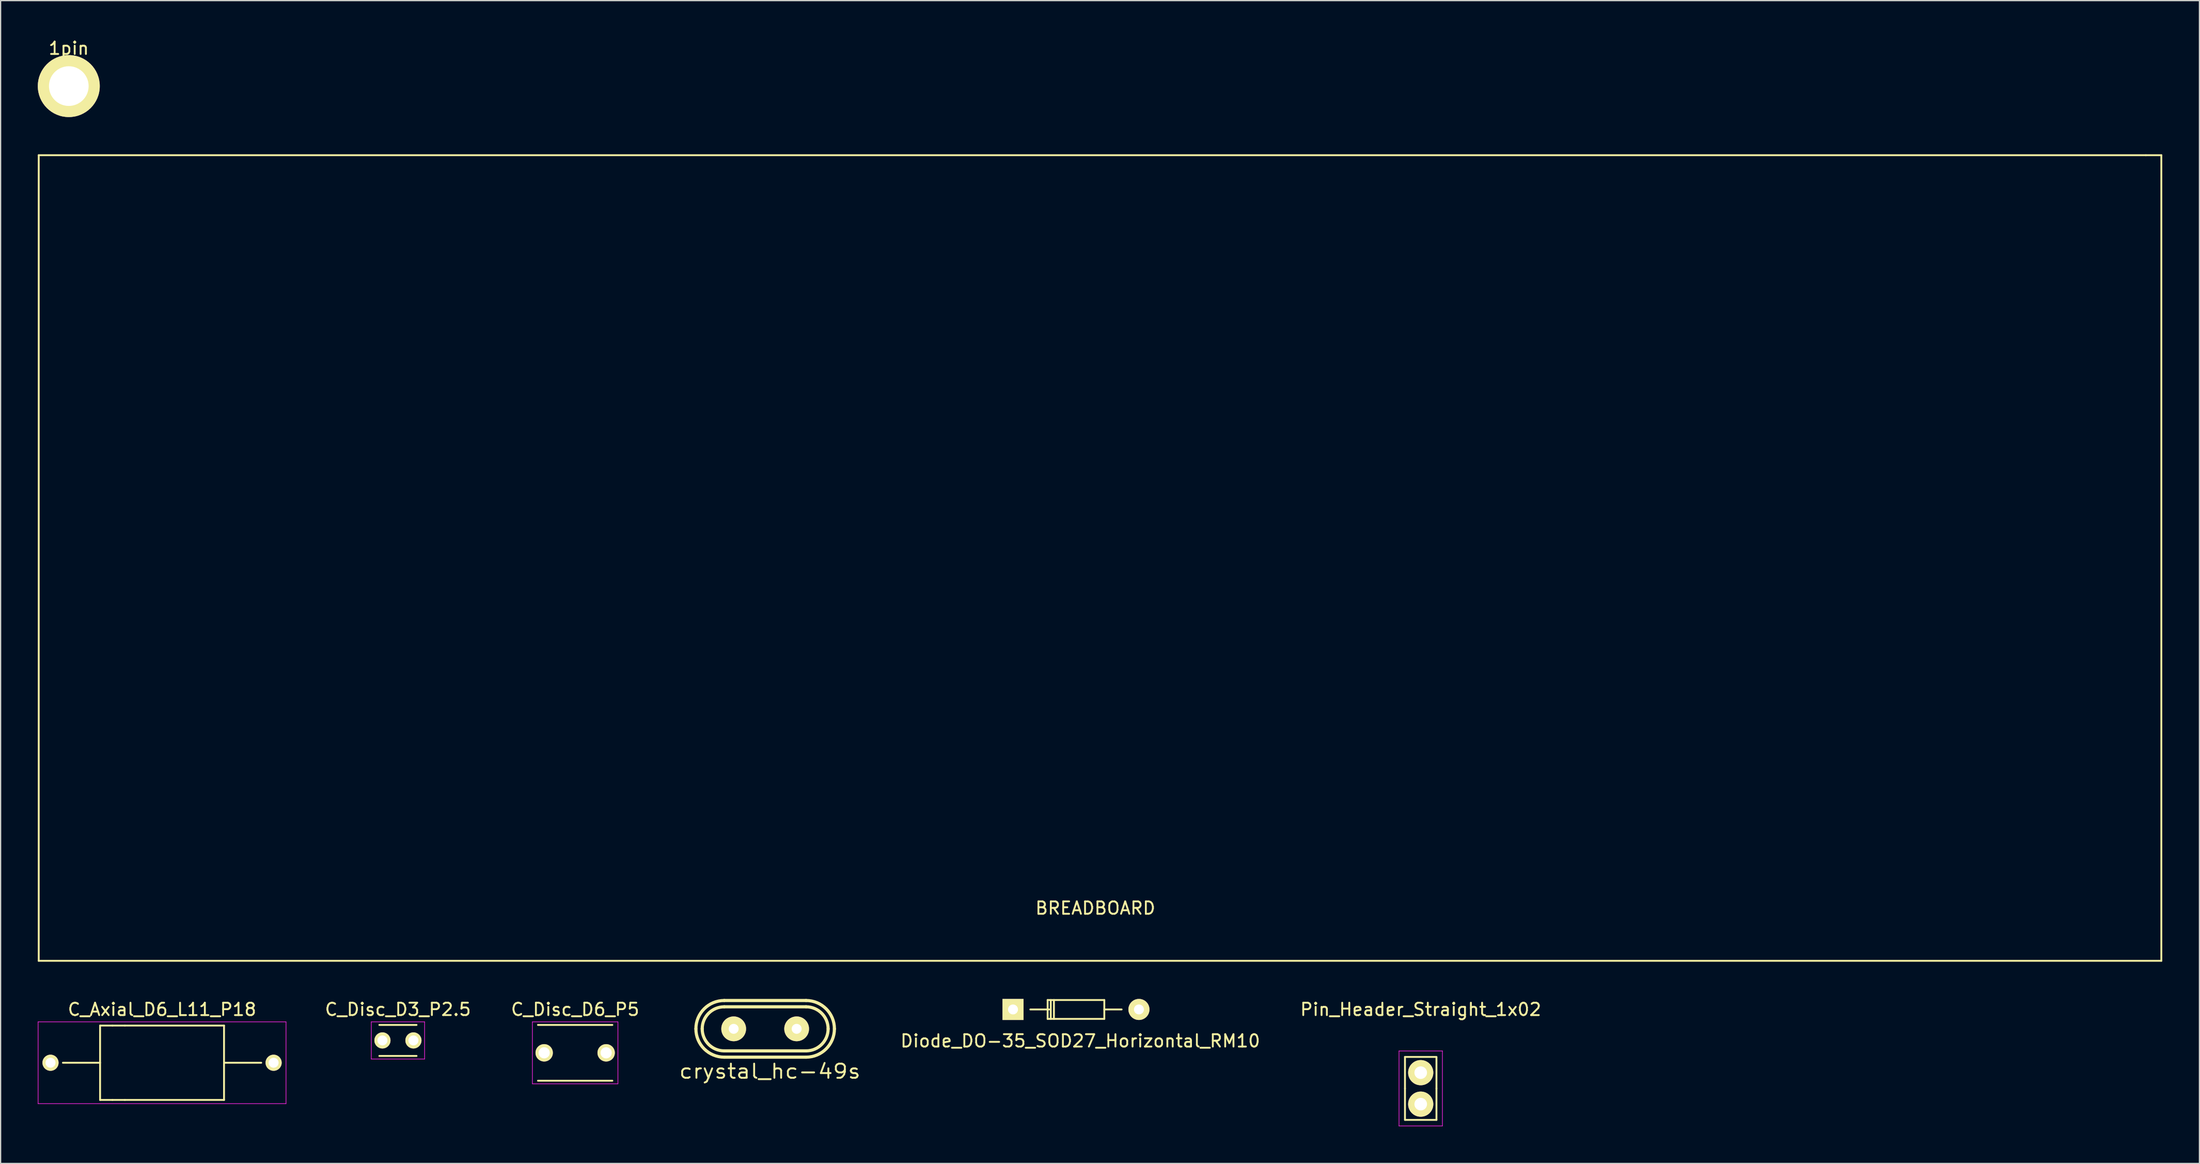
<source format=kicad_pcb>
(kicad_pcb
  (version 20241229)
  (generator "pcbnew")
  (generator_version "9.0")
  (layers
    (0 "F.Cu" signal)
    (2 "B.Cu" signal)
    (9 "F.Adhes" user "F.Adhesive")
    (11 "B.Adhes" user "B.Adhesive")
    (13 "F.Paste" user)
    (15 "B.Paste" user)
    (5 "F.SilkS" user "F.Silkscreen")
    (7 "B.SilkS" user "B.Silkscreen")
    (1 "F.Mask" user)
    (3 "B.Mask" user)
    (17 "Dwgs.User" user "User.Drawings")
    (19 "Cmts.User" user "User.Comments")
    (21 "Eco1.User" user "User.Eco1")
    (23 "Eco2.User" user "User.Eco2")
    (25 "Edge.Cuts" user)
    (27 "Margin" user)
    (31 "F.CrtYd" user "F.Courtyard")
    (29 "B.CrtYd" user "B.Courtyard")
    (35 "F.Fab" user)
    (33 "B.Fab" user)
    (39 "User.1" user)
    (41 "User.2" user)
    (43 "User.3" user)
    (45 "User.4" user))
  (footprint "Pin_Header_Straight_1x02"
    (layer "F.Cu")
    (at 111.573 83.495)
    (property "Reference" "Pin_Header_Straight_1x02" (at 0 -5.1 0) (layer "F.SilkS") (effects (font (size 1 1) (thickness 0.15))))
    (attr through_hole)
    (fp_line (start -1.27 1.27) (end -1.27 -1.27) (stroke (width 0.15) (type solid)) (layer "F.SilkS"))
    (fp_line (start -1.27 1.27) (end -1.27 3.81) (stroke (width 0.15) (type solid)) (layer "F.SilkS"))
    (fp_line (start -1.27 3.81) (end 1.27 3.81) (stroke (width 0.15) (type solid)) (layer "F.SilkS"))
    (fp_line (start 1.27 -1.27) (end -1.27 -1.27) (stroke (width 0.15) (type solid)) (layer "F.SilkS"))
    (fp_line (start 1.27 1.27) (end 1.27 -1.245) (stroke (width 0.15) (type solid)) (layer "F.SilkS"))
    (fp_line (start 1.27 1.27) (end 1.27 3.81) (stroke (width 0.15) (type solid)) (layer "F.SilkS"))
    (fp_line (start -1.75 -1.75) (end -1.75 4.3) (stroke (width 0.05) (type solid)) (layer "F.CrtYd"))
    (fp_line (start -1.75 -1.75) (end 1.75 -1.75) (stroke (width 0.05) (type solid)) (layer "F.CrtYd"))
    (fp_line (start -1.75 4.3) (end 1.75 4.3) (stroke (width 0.05) (type solid)) (layer "F.CrtYd"))
    (fp_line (start 1.75 -1.75) (end 1.75 4.3) (stroke (width 0.05) (type solid)) (layer "F.CrtYd"))
    (pad "1" thru_hole oval (at 0 0) (size 2.032 2.032) (drill 1.016) (layers "*.Cu" "*.Mask" "F.SilkS"))
    (pad "2" thru_hole oval (at 0 2.54) (size 2.032 2.032) (drill 1.016) (layers "*.Cu" "*.Mask" "F.SilkS")))
  (footprint "C_Disc_D6_P5"
    (layer "F.Cu")
    (at 40.854 81.894)
    (property "Reference" "C_Disc_D6_P5" (at 2.5 -3.5 0) (layer "F.SilkS") (effects (font (size 1 1) (thickness 0.15))))
    (attr through_hole)
    (fp_line (start -0.5 -2.25) (end 5.5 -2.25) (stroke (width 0.15) (type solid)) (layer "F.SilkS"))
    (fp_line (start 5.5 2.25) (end -0.5 2.25) (stroke (width 0.15) (type solid)) (layer "F.SilkS"))
    (fp_line (start -0.95 -2.5) (end 5.95 -2.5) (stroke (width 0.05) (type solid)) (layer "F.CrtYd"))
    (fp_line (start -0.95 2.5) (end -0.95 -2.5) (stroke (width 0.05) (type solid)) (layer "F.CrtYd"))
    (fp_line (start 5.95 -2.5) (end 5.95 2.5) (stroke (width 0.05) (type solid)) (layer "F.CrtYd"))
    (fp_line (start 5.95 2.5) (end -0.95 2.5) (stroke (width 0.05) (type solid)) (layer "F.CrtYd"))
    (pad "1" thru_hole oval (at 0 0) (size 1.4 1.4) (drill 0.9) (layers "*.Cu" "*.Mask" "F.SilkS"))
    (pad "2" thru_hole circle (at 5 0) (size 1.4 1.4) (drill 0.9) (layers "*.Cu" "*.Mask" "F.SilkS")))
  (footprint "C_Disc_D3_P2.5"
    (layer "F.Cu")
    (at 27.806 80.894)
    (property "Reference" "C_Disc_D3_P2.5" (at 1.25 -2.5 0) (layer "F.SilkS") (effects (font (size 1 1) (thickness 0.15))))
    (attr through_hole)
    (fp_line (start -0.25 -1.25) (end 2.75 -1.25) (stroke (width 0.15) (type solid)) (layer "F.SilkS"))
    (fp_line (start 2.75 1.25) (end -0.25 1.25) (stroke (width 0.15) (type solid)) (layer "F.SilkS"))
    (fp_line (start -0.9 -1.5) (end 3.4 -1.5) (stroke (width 0.05) (type solid)) (layer "F.CrtYd"))
    (fp_line (start -0.9 1.5) (end -0.9 -1.5) (stroke (width 0.05) (type solid)) (layer "F.CrtYd"))
    (fp_line (start 3.4 -1.5) (end 3.4 1.5) (stroke (width 0.05) (type solid)) (layer "F.CrtYd"))
    (fp_line (start 3.4 1.5) (end -0.9 1.5) (stroke (width 0.05) (type solid)) (layer "F.CrtYd"))
    (pad "1" thru_hole oval (at 0 0) (size 1.3 1.3) (drill 0.8) (layers "*.Cu" "*.Mask" "F.SilkS"))
    (pad "2" thru_hole circle (at 2.5 0) (size 1.3 1.3) (drill 0.8) (layers "*.Cu" "*.Mask" "F.SilkS")))
  (footprint "1pin"
    (layer "F.Cu")
    (at 2.5 3.896)
    (property "Reference" "1pin" (at 0 -3.048 0) (layer "F.SilkS") (effects (font (size 1 1) (thickness 0.15))))
    (attr through_hole)
    (fp_circle (center 0 0) (end 0 -2.286) (stroke (width 0.15) (type solid)) (fill no) (layer "F.SilkS"))
    (pad "1" thru_hole circle (at 0 0) (size 5 5) (drill 3.2) (layers "*.Cu" "*.Mask" "F.SilkS")))
  (footprint "Diode_DO-35_SOD27_Horizontal_RM10"
    (layer "F.Cu")
    (at 78.678 78.398)
    (property "Reference" "Diode_DO-35_SOD27_Horizontal_RM10" (at 5.431 2.537 0) (layer "F.SilkS") (effects (font (size 1 1) (thickness 0.15))))
    (attr through_hole)
    (fp_line (start 2.795 -0.765) (end 2.795 -0.003) (stroke (width 0.15) (type solid)) (layer "F.SilkS"))
    (fp_line (start 2.795 -0.003) (end 2.795 0.759) (stroke (width 0.15) (type solid)) (layer "F.SilkS"))
    (fp_line (start 2.795 0.759) (end 7.367 0.759) (stroke (width 0.15) (type solid)) (layer "F.SilkS"))
    (fp_line (start 2.922 -0.003) (end 1.398 -0.003) (stroke (width 0.15) (type solid)) (layer "F.SilkS"))
    (fp_line (start 3.049 -0.765) (end 3.049 0.759) (stroke (width 0.15) (type solid)) (layer "F.SilkS"))
    (fp_line (start 3.303 -0.765) (end 3.303 0.759) (stroke (width 0.15) (type solid)) (layer "F.SilkS"))
    (fp_line (start 7.367 -0.765) (end 2.795 -0.765) (stroke (width 0.15) (type solid)) (layer "F.SilkS"))
    (fp_line (start 7.367 -0.003) (end 8.764 -0.003) (stroke (width 0.15) (type solid)) (layer "F.SilkS"))
    (fp_line (start 7.367 0.759) (end 7.367 -0.765) (stroke (width 0.15) (type solid)) (layer "F.SilkS"))
    (pad "1" thru_hole rect (at 0.001 -0.003 180) (size 1.699 1.699) (drill 0.801) (layers "*.Cu" "*.Mask" "F.SilkS"))
    (pad "2" thru_hole circle (at 10.161 -0.003 180) (size 1.699 1.699) (drill 0.801) (layers "*.Cu" "*.Mask" "F.SilkS")))
  (footprint "crystal_hc-49s"
    (layer "F.Cu")
    (at 58.683 79.959)
    (property "Reference" "crystal_hc-49s" (at 0.381 3.429 0) (layer "F.SilkS") (effects (font (size 1.143 1.27) (thickness 0.152))))
    (attr through_hole)
    (fp_line (start -3.302 -2.286) (end 3.302 -2.286) (stroke (width 0.254) (type solid)) (layer "F.SilkS"))
    (fp_line (start -3.302 1.778) (end 3.302 1.778) (stroke (width 0.254) (type solid)) (layer "F.SilkS"))
    (fp_line (start 3.302 -1.778) (end -3.302 -1.778) (stroke (width 0.254) (type solid)) (layer "F.SilkS"))
    (fp_line (start 3.302 2.286) (end -3.302 2.286) (stroke (width 0.254) (type solid)) (layer "F.SilkS"))
    (fp_arc (start -5.588 0) (mid -4.918446 -1.616446) (end -3.302 -2.286) (stroke (width 0.254) (type solid)) (layer "F.SilkS"))
    (fp_arc (start -5.08 0) (mid -4.559236 -1.257236) (end -3.302 -1.778) (stroke (width 0.254) (type solid)) (layer "F.SilkS"))
    (fp_arc (start -3.302 1.778) (mid -4.559236 1.257236) (end -5.08 0) (stroke (width 0.254) (type solid)) (layer "F.SilkS"))
    (fp_arc (start -3.302 2.286) (mid -4.918446 1.616446) (end -5.588 0) (stroke (width 0.254) (type solid)) (layer "F.SilkS"))
    (fp_arc (start 3.302 -2.286) (mid 4.918446 -1.616446) (end 5.588 0) (stroke (width 0.254) (type solid)) (layer "F.SilkS"))
    (fp_arc (start 3.302 -1.778) (mid 4.559236 -1.257236) (end 5.08 0) (stroke (width 0.254) (type solid)) (layer "F.SilkS"))
    (fp_arc (start 5.08 0) (mid 4.559236 1.257236) (end 3.302 1.778) (stroke (width 0.254) (type solid)) (layer "F.SilkS"))
    (fp_arc (start 5.588 0) (mid 4.918446 1.616446) (end 3.302 2.286) (stroke (width 0.254) (type solid)) (layer "F.SilkS"))
    (pad "1" thru_hole circle (at -2.54 0) (size 1.999 1.999) (drill 0.8) (layers "*.Cu" "*.Mask" "F.SilkS"))
    (pad "2" thru_hole circle (at 2.54 0) (size 1.999 1.999) (drill 0.8) (layers "*.Cu" "*.Mask" "F.SilkS")))
  (footprint "C_Axial_D6_L11_P18"
    (layer "F.Cu")
    (at 1.025 82.695)
    (property "Reference" "C_Axial_D6_L11_P18" (at 9 -4.3 0) (layer "F.SilkS") (effects (font (size 1 1) (thickness 0.15))))
    (attr through_hole)
    (fp_line (start 4 0) (end 1 0) (stroke (width 0.15) (type solid)) (layer "F.SilkS"))
    (fp_line (start 4 3) (end 4 -3) (stroke (width 0.15) (type solid)) (layer "F.SilkS"))
    (fp_line (start 5 -3) (end 4 -3) (stroke (width 0.15) (type solid)) (layer "F.SilkS"))
    (fp_line (start 5 -3) (end 6 -3) (stroke (width 0.15) (type solid)) (layer "F.SilkS"))
    (fp_line (start 5 3) (end 4 3) (stroke (width 0.15) (type solid)) (layer "F.SilkS"))
    (fp_line (start 5 3) (end 6 3) (stroke (width 0.15) (type solid)) (layer "F.SilkS"))
    (fp_line (start 6 3) (end 14 3) (stroke (width 0.15) (type solid)) (layer "F.SilkS"))
    (fp_line (start 14 -3) (end 6 -3) (stroke (width 0.15) (type solid)) (layer "F.SilkS"))
    (fp_line (start 14 3) (end 14 -3) (stroke (width 0.15) (type solid)) (layer "F.SilkS"))
    (fp_line (start 17 0) (end 14 0) (stroke (width 0.15) (type solid)) (layer "F.SilkS"))
    (fp_line (start -1 -3.3) (end 19 -3.3) (stroke (width 0.05) (type solid)) (layer "F.CrtYd"))
    (fp_line (start -1 3.3) (end -1 -3.3) (stroke (width 0.05) (type solid)) (layer "F.CrtYd"))
    (fp_line (start 19 -3.3) (end 19 3.3) (stroke (width 0.05) (type solid)) (layer "F.CrtYd"))
    (fp_line (start 19 3.3) (end -1 3.3) (stroke (width 0.05) (type solid)) (layer "F.CrtYd"))
    (pad "1" thru_hole circle (at 0 0) (size 1.3 1.3) (drill 0.8) (layers "*.Cu" "*.Mask" "F.SilkS"))
    (pad "2" thru_hole circle (at 18 0) (size 1.3 1.3) (drill 0.8) (layers "*.Cu" "*.Mask" "F.SilkS")))
  (footprint "BREADBOARD"
    (layer "F.Cu")
    (at 85.325 46.971)
    (property "Reference" "BREADBOARD" (at 0 23.25 0) (layer "F.SilkS") (effects (font (size 1 1) (thickness 0.15))))
    (attr through_hole)
    (fp_line (start -85.25 -37.5) (end -85.25 27.5) (stroke (width 0.15) (type solid)) (layer "F.SilkS"))
    (fp_line (start -85.25 -37.5) (end 84.75 -37.5) (stroke (width 0.15) (type solid)) (layer "F.SilkS"))
    (fp_line (start -85.25 27.5) (end 86 27.5) (stroke (width 0.15) (type solid)) (layer "F.SilkS"))
    (fp_line (start 86 -37.5) (end 84.75 -37.5) (stroke (width 0.15) (type solid)) (layer "F.SilkS"))
    (fp_line (start 86 27.5) (end 86 -37.5) (stroke (width 0.15) (type solid)) (layer "F.SilkS")))
  (gr_rect
    (start -3 -3)
    (end 174.4 90.82)
    (stroke (width 0.1) (type default))
    (fill no)
    (layer "Edge.Cuts")))
</source>
